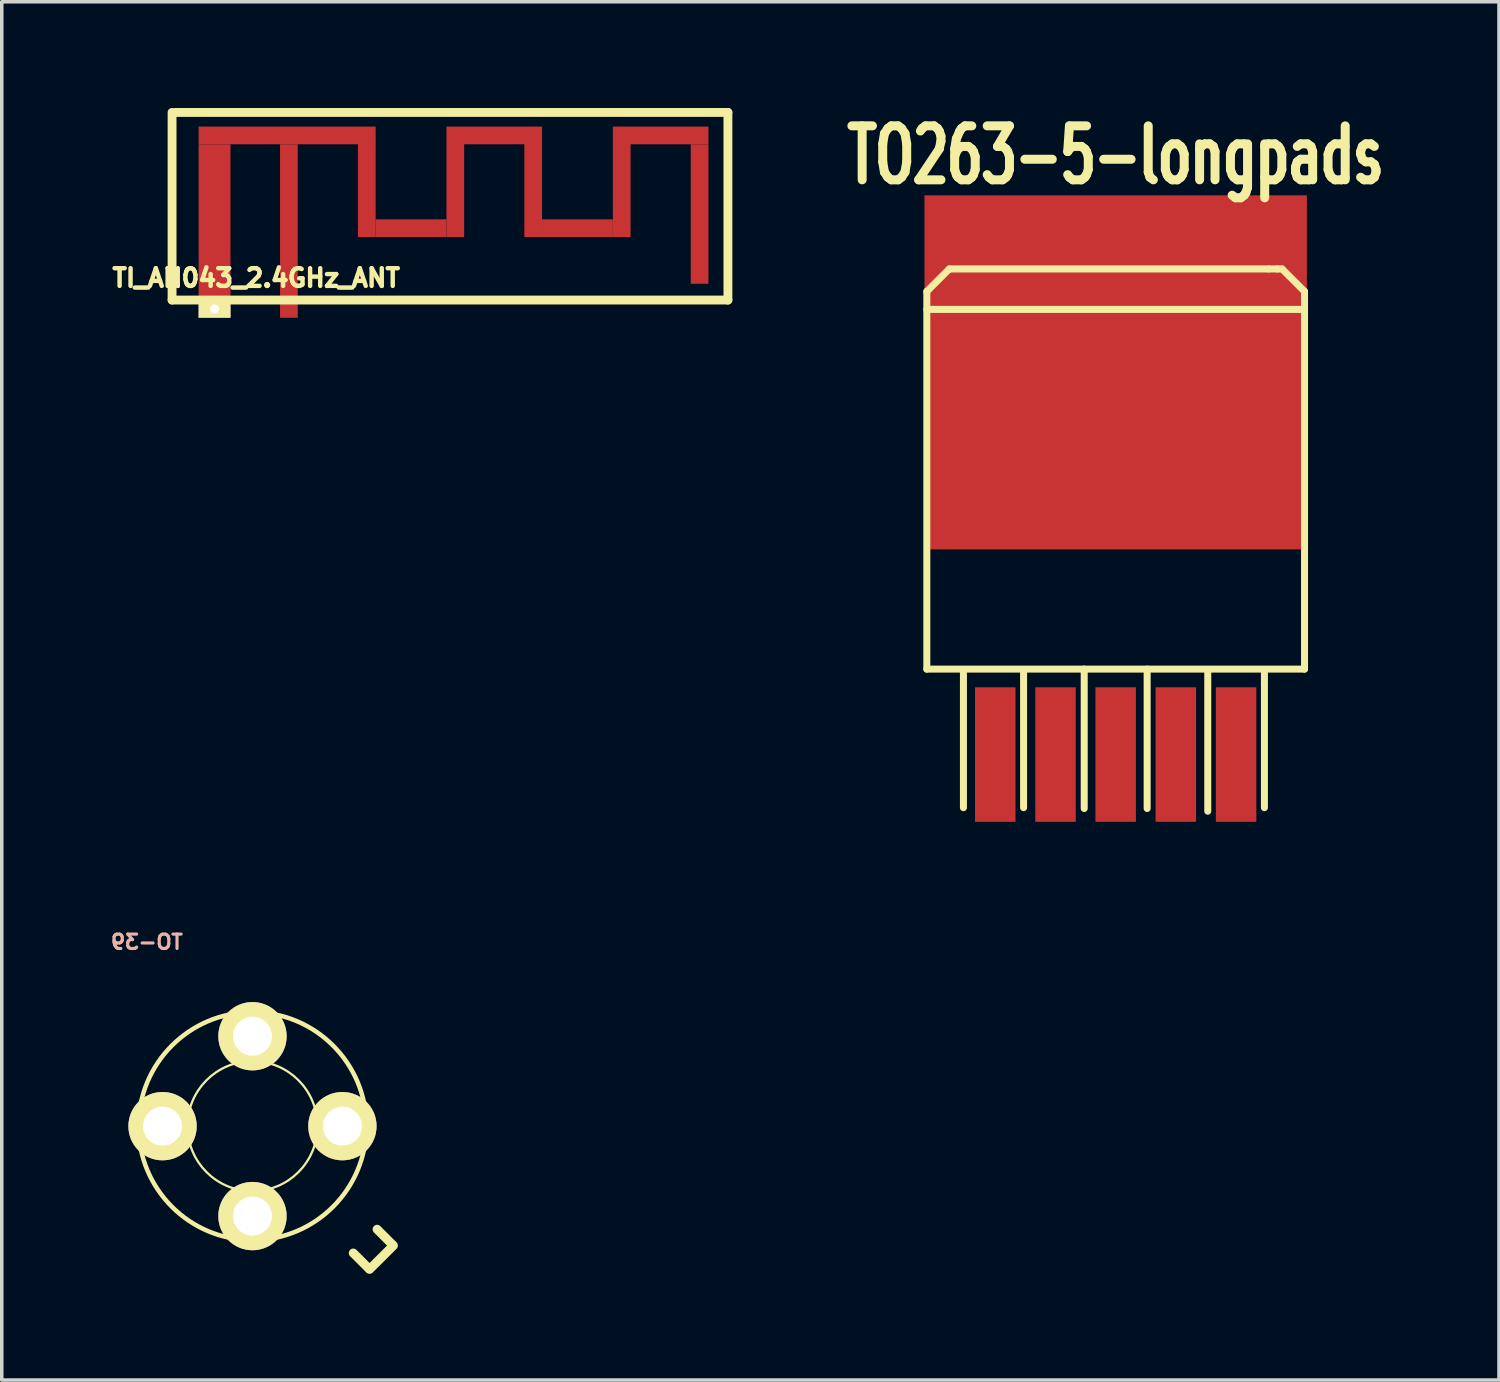
<source format=kicad_pcb>
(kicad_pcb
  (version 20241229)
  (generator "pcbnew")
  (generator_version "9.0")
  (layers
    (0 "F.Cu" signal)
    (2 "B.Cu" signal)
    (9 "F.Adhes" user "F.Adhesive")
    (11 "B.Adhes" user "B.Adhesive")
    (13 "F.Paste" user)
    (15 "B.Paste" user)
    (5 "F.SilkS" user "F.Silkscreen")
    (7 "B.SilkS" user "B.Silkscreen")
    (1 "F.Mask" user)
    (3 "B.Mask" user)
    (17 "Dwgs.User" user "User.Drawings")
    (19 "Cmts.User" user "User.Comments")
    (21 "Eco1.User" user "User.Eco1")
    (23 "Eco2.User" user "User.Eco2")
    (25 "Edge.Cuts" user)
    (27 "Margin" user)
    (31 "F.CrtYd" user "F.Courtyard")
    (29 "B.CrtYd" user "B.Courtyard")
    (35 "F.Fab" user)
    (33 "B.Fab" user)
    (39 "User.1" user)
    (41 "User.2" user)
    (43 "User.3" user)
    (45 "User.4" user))
  (footprint "TO-39"
    (layer "F.Cu")
    (at 4.081 28.758)
    (property "Reference" "TO-39" (at -2.982 -5.202 0) (layer "B.SilkS") (effects (font (size 0.406 0.406) (thickness 0.089)) (justify mirror)))
    (attr exclude_from_pos_files exclude_from_bom)
    (fp_line (start 2.847 3.584) (end 3.272 4.008) (stroke (width 0.127) (type solid)) (layer "F.SilkS"))
    (fp_line (start 2.847 3.584) (end 3.272 4.008) (stroke (width 0.254) (type solid)) (layer "F.SilkS"))
    (fp_line (start 3.52 2.913) (end 3.945 3.338) (stroke (width 0.127) (type solid)) (layer "F.SilkS"))
    (fp_line (start 3.52 2.913) (end 3.945 3.338) (stroke (width 0.254) (type solid)) (layer "F.SilkS"))
    (fp_line (start 3.98 3.373) (end 3.307 4.044) (stroke (width 0.127) (type solid)) (layer "F.SilkS"))
    (fp_line (start 3.98 3.373) (end 3.307 4.044) (stroke (width 0.254) (type solid)) (layer "F.SilkS"))
    (fp_circle (center 0 0) (end -2.276 2.276) (stroke (width 0.127) (type solid)) (fill no) (layer "F.SilkS"))
    (fp_circle (center 0 0) (end -2.273 2.273) (stroke (width 0.064) (type solid)) (fill no) (layer "F.SilkS"))
    (fp_circle (center 0 0) (end -1.298 1.298) (stroke (width 0.064) (type solid)) (fill no) (layer "F.SilkS"))
    (pad "1" thru_hole circle (at 2.54 0) (size 1.93 1.93) (drill 1.1) (layers "*.Cu" "*.Mask" "F.SilkS" "F.Paste"))
    (pad "2" thru_hole circle (at 0 -2.54) (size 1.93 1.93) (drill 1.1) (layers "*.Cu" "*.Mask" "F.SilkS" "F.Paste"))
    (pad "3" thru_hole circle (at -2.54 0) (size 1.93 1.93) (drill 1.1) (layers "*.Cu" "*.Mask" "F.SilkS" "F.Paste"))
    (pad "4" thru_hole circle (at 0 2.54) (size 1.93 1.93) (drill 1.1) (layers "*.Cu" "*.Mask" "F.SilkS" "F.Paste")))
  (footprint "TO263-5-longpads"
    (layer "F.Cu")
    (at 28.462 18.262)
    (property "Reference" "TO263-5-longpads" (at 0 -16.925 0) (layer "F.SilkS") (effects (font (size 1.524 1.016) (thickness 0.254))))
    (attr smd)
    (fp_line (start -5.334 -13.081) (end -4.699 -13.716) (stroke (width 0.198) (type solid)) (layer "F.SilkS"))
    (fp_line (start -5.334 -2.413) (end -5.334 -13.081) (stroke (width 0.198) (type solid)) (layer "F.SilkS"))
    (fp_line (start -5.334 -2.413) (end 5.334 -2.413) (stroke (width 0.198) (type solid)) (layer "F.SilkS"))
    (fp_line (start -4.699 -13.716) (end 4.318 -13.716) (stroke (width 0.198) (type solid)) (layer "F.SilkS"))
    (fp_line (start -4.3 -2.4) (end -4.3 1.501) (stroke (width 0.198) (type solid)) (layer "F.SilkS"))
    (fp_line (start -2.601 -2.4) (end -2.601 1.501) (stroke (width 0.198) (type solid)) (layer "F.SilkS"))
    (fp_line (start -0.889 -2.413) (end -0.889 1.524) (stroke (width 0.198) (type solid)) (layer "F.SilkS"))
    (fp_line (start 0.889 1.524) (end 0.889 -2.413) (stroke (width 0.198) (type solid)) (layer "F.SilkS"))
    (fp_line (start 2.601 -2.4) (end 2.601 1.6) (stroke (width 0.198) (type solid)) (layer "F.SilkS"))
    (fp_line (start 4.201 -2.4) (end 4.201 1.501) (stroke (width 0.198) (type solid)) (layer "F.SilkS"))
    (fp_line (start 4.318 -13.716) (end 4.572 -13.716) (stroke (width 0.198) (type solid)) (layer "F.SilkS"))
    (fp_line (start 4.572 -13.716) (end 4.699 -13.716) (stroke (width 0.198) (type solid)) (layer "F.SilkS"))
    (fp_line (start 4.699 -13.716) (end 5.334 -13.081) (stroke (width 0.198) (type solid)) (layer "F.SilkS"))
    (fp_line (start 5.334 -13.081) (end 5.334 -2.413) (stroke (width 0.198) (type solid)) (layer "F.SilkS"))
    (fp_line (start 5.334 -12.573) (end -5.334 -12.573) (stroke (width 0.198) (type solid)) (layer "F.SilkS"))
    (pad "1" smd rect (at -3.401 0) (size 1.143 3.8) (layers "F.Cu" "F.Mask" "F.Paste"))
    (pad "2" smd rect (at -1.699 0) (size 1.143 3.8) (layers "F.Cu" "F.Mask" "F.Paste"))
    (pad "3" smd rect (at 0 -10.795) (size 10.8 10) (layers "F.Cu" "F.Mask" "F.Paste"))
    (pad "3" smd rect (at 0 0) (size 1.143 3.8) (layers "F.Cu" "F.Mask" "F.Paste"))
    (pad "4" smd rect (at 1.699 0) (size 1.143 3.8) (layers "F.Cu" "F.Mask" "F.Paste"))
    (pad "5" smd rect (at 3.401 0) (size 1.143 3.8) (layers "F.Cu" "F.Mask" "F.Paste")))
  (footprint "TI_AN043_2.4GHz_ANT"
    (layer "F.Cu")
    (at 5.11 5.425)
    (property "Reference" "TI_AN043_2.4GHz_ANT" (at -0.925 -0.625 0) (layer "F.SilkS") (effects (font (size 0.5 0.5) (thickness 0.125))))
    (attr through_hole)
    (fp_line (start -3.3 0) (end -3.3 -5.3) (stroke (width 0.25) (type solid)) (layer "F.SilkS"))
    (fp_line (start -3.2 -5.3) (end 12.4 -5.3) (stroke (width 0.25) (type solid)) (layer "F.SilkS"))
    (fp_line (start 12.4 -5.3) (end 12.4 0) (stroke (width 0.25) (type solid)) (layer "F.SilkS"))
    (fp_line (start 12.4 0) (end -3.3 0) (stroke (width 0.25) (type solid)) (layer "F.SilkS"))
    (pad "FEED" smd rect (at 0 -2.2) (size 0.5 4.4) (layers "F.Cu"))
    (pad "FEED" smd rect (at 0 0.25) (size 0.5 0.5) (layers "F.Cu" "F.Mask" "F.Paste"))
    (pad "GND" smd rect (at -2.1 -2.2) (size 0.9 4.4) (layers "F.Cu"))
    (pad "GND" thru_hole rect (at -2.1 0.25) (size 0.9 0.5) (drill 0.254) (layers "*.Cu" "F.Mask" "F.SilkS"))
    (pad "ant" smd rect (at -0.05 -4.65) (size 5 0.5) (layers "F.Cu"))
    (pad "ant" smd rect (at 2.2 -3.1) (size 0.5 2.64) (layers "F.Cu"))
    (pad "ant" smd rect (at 3.45 -2.03) (size 2 0.5) (layers "F.Cu"))
    (pad "ant" smd rect (at 4.7 -3.1) (size 0.5 2.64) (layers "F.Cu"))
    (pad "ant" smd rect (at 5.8 -4.65) (size 2.7 0.5) (layers "F.Cu"))
    (pad "ant" smd rect (at 6.9 -3.1) (size 0.5 2.64) (layers "F.Cu"))
    (pad "ant" smd rect (at 8.15 -2.03) (size 2 0.5) (layers "F.Cu"))
    (pad "ant" smd rect (at 9.4 -3.1) (size 0.5 2.64) (layers "F.Cu"))
    (pad "ant" smd rect (at 10.5 -4.65) (size 2.7 0.5) (layers "F.Cu"))
    (pad "ant" smd rect (at 11.6 -2.43) (size 0.5 3.94) (layers "F.Cu")))
  (gr_rect
    (start -3 -3)
    (end 39.289 35.929)
    (stroke (width 0.1) (type default))
    (fill no)
    (layer "Edge.Cuts")))
</source>
